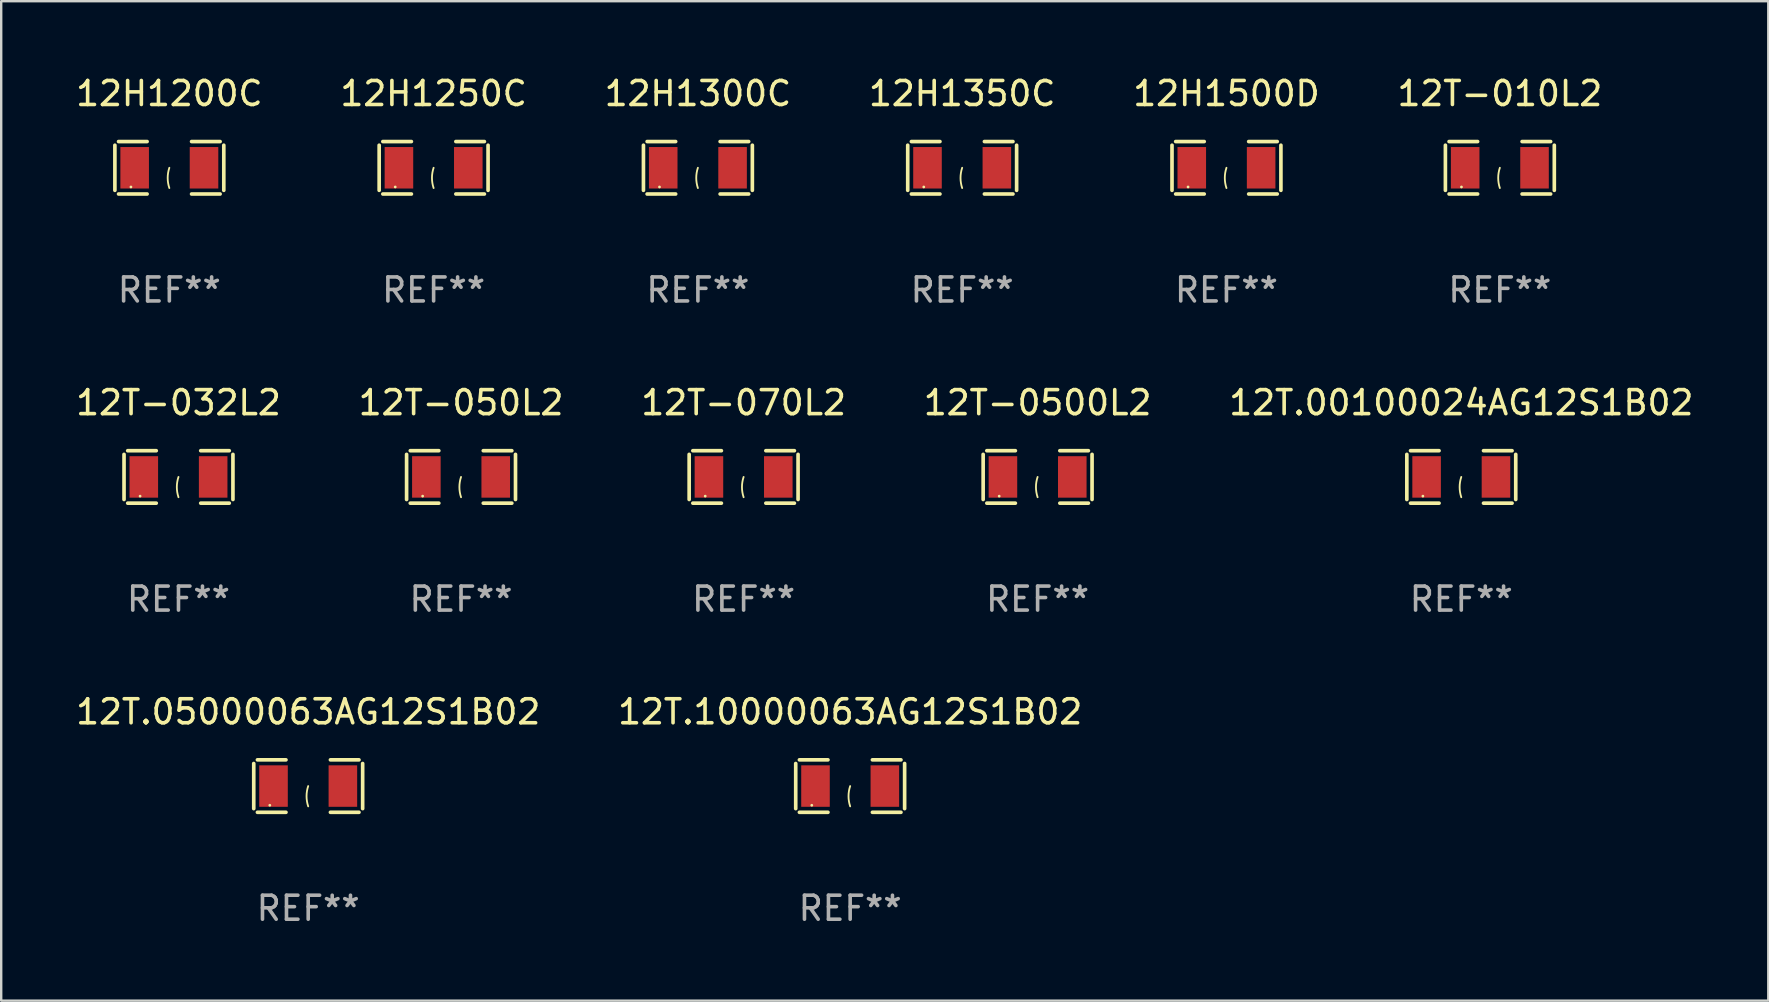
<source format=kicad_pcb>
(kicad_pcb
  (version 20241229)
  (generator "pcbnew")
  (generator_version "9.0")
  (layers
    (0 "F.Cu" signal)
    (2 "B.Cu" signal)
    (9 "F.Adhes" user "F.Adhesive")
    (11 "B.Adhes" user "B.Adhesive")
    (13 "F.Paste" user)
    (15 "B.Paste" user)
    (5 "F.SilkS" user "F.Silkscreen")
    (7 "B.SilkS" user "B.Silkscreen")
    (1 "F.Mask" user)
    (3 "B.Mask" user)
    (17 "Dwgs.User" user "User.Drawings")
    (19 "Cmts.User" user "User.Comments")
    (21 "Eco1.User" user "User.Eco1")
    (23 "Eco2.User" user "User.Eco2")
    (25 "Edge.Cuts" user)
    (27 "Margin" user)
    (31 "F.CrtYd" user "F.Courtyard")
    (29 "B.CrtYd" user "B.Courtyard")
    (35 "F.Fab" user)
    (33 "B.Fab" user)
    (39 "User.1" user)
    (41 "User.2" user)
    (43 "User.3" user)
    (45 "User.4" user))
  (footprint "12T.10000063AG12S1B02"
    (layer "F.Cu")
    (at 32.375 29.704)
    (property "Reference" "12T.10000063AG12S1B02" (at 0 -3.093 0) (layer "F.SilkS") (effects (font (size 1 1) (thickness 0.15))))
    (attr through_hole)
    (fp_line (start -2.269 -0.94) (end -2.269 0.94) (stroke (width 0.152) (type solid)) (layer "F.SilkS"))
    (fp_line (start -2.116 1.093) (end -0.926 1.093) (stroke (width 0.152) (type solid)) (layer "F.SilkS"))
    (fp_line (start -0.926 -1.093) (end -2.116 -1.093) (stroke (width 0.152) (type solid)) (layer "F.SilkS"))
    (fp_line (start 0.926 -1.093) (end 2.116 -1.093) (stroke (width 0.152) (type solid)) (layer "F.SilkS"))
    (fp_line (start 2.116 1.093) (end 0.926 1.093) (stroke (width 0.152) (type solid)) (layer "F.SilkS"))
    (fp_line (start 2.269 -0.94) (end 2.269 0.94) (stroke (width 0.152) (type solid)) (layer "F.SilkS"))
    (fp_arc (start 0 0.844951) (mid -0.068559 0.422475) (end 0 0) (stroke (width 0.0762) (type solid)) (layer "F.SilkS"))
    (fp_circle (center -1.6 0.8) (end -1.57 0.8) (stroke (width 0.06) (type solid)) (fill no) (layer "F.SilkS"))
    (fp_text user "REF**" (at 0 5.093 0) (layer "F.Fab") (effects (font (size 1 1) (thickness 0.15))))
    (pad "1" smd rect (at -1.445 0) (size 1.19 1.728) (layers "F.Cu" "F.Mask" "F.Paste"))
    (pad "2" smd rect (at 1.445 0) (size 1.19 1.728) (layers "F.Cu" "F.Mask" "F.Paste")))
  (footprint "12T-032L2"
    (layer "F.Cu")
    (at 4.387 16.823)
    (property "Reference" "12T-032L2" (at 0 -3.093 0) (layer "F.SilkS") (effects (font (size 1 1) (thickness 0.15))))
    (attr through_hole)
    (fp_line (start -2.269 -0.94) (end -2.269 0.94) (stroke (width 0.152) (type solid)) (layer "F.SilkS"))
    (fp_line (start -2.116 1.093) (end -0.926 1.093) (stroke (width 0.152) (type solid)) (layer "F.SilkS"))
    (fp_line (start -0.926 -1.093) (end -2.116 -1.093) (stroke (width 0.152) (type solid)) (layer "F.SilkS"))
    (fp_line (start 0.926 -1.093) (end 2.116 -1.093) (stroke (width 0.152) (type solid)) (layer "F.SilkS"))
    (fp_line (start 2.116 1.093) (end 0.926 1.093) (stroke (width 0.152) (type solid)) (layer "F.SilkS"))
    (fp_line (start 2.269 -0.94) (end 2.269 0.94) (stroke (width 0.152) (type solid)) (layer "F.SilkS"))
    (fp_arc (start 0 0.844951) (mid -0.068559 0.422475) (end 0 0) (stroke (width 0.0762) (type solid)) (layer "F.SilkS"))
    (fp_circle (center -1.6 0.8) (end -1.57 0.8) (stroke (width 0.06) (type solid)) (fill no) (layer "F.SilkS"))
    (fp_text user "REF**" (at 0 5.093 0) (layer "F.Fab") (effects (font (size 1 1) (thickness 0.15))))
    (pad "1" smd rect (at -1.445 0) (size 1.19 1.728) (layers "F.Cu" "F.Mask" "F.Paste"))
    (pad "2" smd rect (at 1.445 0) (size 1.19 1.728) (layers "F.Cu" "F.Mask" "F.Paste")))
  (footprint "12H1300C"
    (layer "F.Cu")
    (at 26.03 3.941)
    (property "Reference" "12H1300C" (at 0 -3.093 0) (layer "F.SilkS") (effects (font (size 1 1) (thickness 0.15))))
    (attr through_hole)
    (fp_line (start -2.269 -0.94) (end -2.269 0.94) (stroke (width 0.152) (type solid)) (layer "F.SilkS"))
    (fp_line (start -2.116 1.093) (end -0.926 1.093) (stroke (width 0.152) (type solid)) (layer "F.SilkS"))
    (fp_line (start -0.926 -1.093) (end -2.116 -1.093) (stroke (width 0.152) (type solid)) (layer "F.SilkS"))
    (fp_line (start 0.926 -1.093) (end 2.116 -1.093) (stroke (width 0.152) (type solid)) (layer "F.SilkS"))
    (fp_line (start 2.116 1.093) (end 0.926 1.093) (stroke (width 0.152) (type solid)) (layer "F.SilkS"))
    (fp_line (start 2.269 -0.94) (end 2.269 0.94) (stroke (width 0.152) (type solid)) (layer "F.SilkS"))
    (fp_arc (start 0 0.844951) (mid -0.068559 0.422475) (end 0 0) (stroke (width 0.0762) (type solid)) (layer "F.SilkS"))
    (fp_circle (center -1.6 0.8) (end -1.57 0.8) (stroke (width 0.06) (type solid)) (fill no) (layer "F.SilkS"))
    (fp_text user "REF**" (at 0 5.093 0) (layer "F.Fab") (effects (font (size 1 1) (thickness 0.15))))
    (pad "1" smd rect (at -1.445 0) (size 1.19 1.728) (layers "F.Cu" "F.Mask" "F.Paste"))
    (pad "2" smd rect (at 1.445 0) (size 1.19 1.728) (layers "F.Cu" "F.Mask" "F.Paste")))
  (footprint "12H1500D"
    (layer "F.Cu")
    (at 48.054 3.941)
    (property "Reference" "12H1500D" (at 0 -3.093 0) (layer "F.SilkS") (effects (font (size 1 1) (thickness 0.15))))
    (attr through_hole)
    (fp_line (start -2.269 -0.94) (end -2.269 0.94) (stroke (width 0.152) (type solid)) (layer "F.SilkS"))
    (fp_line (start -2.116 1.093) (end -0.926 1.093) (stroke (width 0.152) (type solid)) (layer "F.SilkS"))
    (fp_line (start -0.926 -1.093) (end -2.116 -1.093) (stroke (width 0.152) (type solid)) (layer "F.SilkS"))
    (fp_line (start 0.926 -1.093) (end 2.116 -1.093) (stroke (width 0.152) (type solid)) (layer "F.SilkS"))
    (fp_line (start 2.116 1.093) (end 0.926 1.093) (stroke (width 0.152) (type solid)) (layer "F.SilkS"))
    (fp_line (start 2.269 -0.94) (end 2.269 0.94) (stroke (width 0.152) (type solid)) (layer "F.SilkS"))
    (fp_arc (start 0 0.844951) (mid -0.068559 0.422475) (end 0 0) (stroke (width 0.0762) (type solid)) (layer "F.SilkS"))
    (fp_circle (center -1.6 0.8) (end -1.57 0.8) (stroke (width 0.06) (type solid)) (fill no) (layer "F.SilkS"))
    (fp_text user "REF**" (at 0 5.093 0) (layer "F.Fab") (effects (font (size 1 1) (thickness 0.15))))
    (pad "1" smd rect (at -1.445 0) (size 1.19 1.728) (layers "F.Cu" "F.Mask" "F.Paste"))
    (pad "2" smd rect (at 1.445 0) (size 1.19 1.728) (layers "F.Cu" "F.Mask" "F.Paste")))
  (footprint "12T.00100024AG12S1B02"
    (layer "F.Cu")
    (at 57.839 16.823)
    (property "Reference" "12T.00100024AG12S1B02" (at 0 -3.093 0) (layer "F.SilkS") (effects (font (size 1 1) (thickness 0.15))))
    (attr through_hole)
    (fp_line (start -2.269 -0.94) (end -2.269 0.94) (stroke (width 0.152) (type solid)) (layer "F.SilkS"))
    (fp_line (start -2.116 1.093) (end -0.926 1.093) (stroke (width 0.152) (type solid)) (layer "F.SilkS"))
    (fp_line (start -0.926 -1.093) (end -2.116 -1.093) (stroke (width 0.152) (type solid)) (layer "F.SilkS"))
    (fp_line (start 0.926 -1.093) (end 2.116 -1.093) (stroke (width 0.152) (type solid)) (layer "F.SilkS"))
    (fp_line (start 2.116 1.093) (end 0.926 1.093) (stroke (width 0.152) (type solid)) (layer "F.SilkS"))
    (fp_line (start 2.269 -0.94) (end 2.269 0.94) (stroke (width 0.152) (type solid)) (layer "F.SilkS"))
    (fp_arc (start 0 0.844951) (mid -0.068559 0.422475) (end 0 0) (stroke (width 0.0762) (type solid)) (layer "F.SilkS"))
    (fp_circle (center -1.6 0.8) (end -1.57 0.8) (stroke (width 0.06) (type solid)) (fill no) (layer "F.SilkS"))
    (fp_text user "REF**" (at 0 5.093 0) (layer "F.Fab") (effects (font (size 1 1) (thickness 0.15))))
    (pad "1" smd rect (at -1.445 0) (size 1.19 1.728) (layers "F.Cu" "F.Mask" "F.Paste"))
    (pad "2" smd rect (at 1.445 0) (size 1.19 1.728) (layers "F.Cu" "F.Mask" "F.Paste")))
  (footprint "12T.05000063AG12S1B02"
    (layer "F.Cu")
    (at 9.792 29.704)
    (property "Reference" "12T.05000063AG12S1B02" (at 0 -3.093 0) (layer "F.SilkS") (effects (font (size 1 1) (thickness 0.15))))
    (attr through_hole)
    (fp_line (start -2.269 -0.94) (end -2.269 0.94) (stroke (width 0.152) (type solid)) (layer "F.SilkS"))
    (fp_line (start -2.116 1.093) (end -0.926 1.093) (stroke (width 0.152) (type solid)) (layer "F.SilkS"))
    (fp_line (start -0.926 -1.093) (end -2.116 -1.093) (stroke (width 0.152) (type solid)) (layer "F.SilkS"))
    (fp_line (start 0.926 -1.093) (end 2.116 -1.093) (stroke (width 0.152) (type solid)) (layer "F.SilkS"))
    (fp_line (start 2.116 1.093) (end 0.926 1.093) (stroke (width 0.152) (type solid)) (layer "F.SilkS"))
    (fp_line (start 2.269 -0.94) (end 2.269 0.94) (stroke (width 0.152) (type solid)) (layer "F.SilkS"))
    (fp_arc (start 0 0.844951) (mid -0.068559 0.422475) (end 0 0) (stroke (width 0.0762) (type solid)) (layer "F.SilkS"))
    (fp_circle (center -1.6 0.8) (end -1.57 0.8) (stroke (width 0.06) (type solid)) (fill no) (layer "F.SilkS"))
    (fp_text user "REF**" (at 0 5.093 0) (layer "F.Fab") (effects (font (size 1 1) (thickness 0.15))))
    (pad "1" smd rect (at -1.445 0) (size 1.19 1.728) (layers "F.Cu" "F.Mask" "F.Paste"))
    (pad "2" smd rect (at 1.445 0) (size 1.19 1.728) (layers "F.Cu" "F.Mask" "F.Paste")))
  (footprint "12H1200C"
    (layer "F.Cu")
    (at 4.006 3.941)
    (property "Reference" "12H1200C" (at 0 -3.093 0) (layer "F.SilkS") (effects (font (size 1 1) (thickness 0.15))))
    (attr through_hole)
    (fp_line (start -2.269 -0.94) (end -2.269 0.94) (stroke (width 0.152) (type solid)) (layer "F.SilkS"))
    (fp_line (start -2.116 1.093) (end -0.926 1.093) (stroke (width 0.152) (type solid)) (layer "F.SilkS"))
    (fp_line (start -0.926 -1.093) (end -2.116 -1.093) (stroke (width 0.152) (type solid)) (layer "F.SilkS"))
    (fp_line (start 0.926 -1.093) (end 2.116 -1.093) (stroke (width 0.152) (type solid)) (layer "F.SilkS"))
    (fp_line (start 2.116 1.093) (end 0.926 1.093) (stroke (width 0.152) (type solid)) (layer "F.SilkS"))
    (fp_line (start 2.269 -0.94) (end 2.269 0.94) (stroke (width 0.152) (type solid)) (layer "F.SilkS"))
    (fp_arc (start 0 0.844951) (mid -0.068559 0.422475) (end 0 0) (stroke (width 0.0762) (type solid)) (layer "F.SilkS"))
    (fp_circle (center -1.6 0.8) (end -1.57 0.8) (stroke (width 0.06) (type solid)) (fill no) (layer "F.SilkS"))
    (fp_text user "REF**" (at 0 5.093 0) (layer "F.Fab") (effects (font (size 1 1) (thickness 0.15))))
    (pad "1" smd rect (at -1.445 0) (size 1.19 1.728) (layers "F.Cu" "F.Mask" "F.Paste"))
    (pad "2" smd rect (at 1.445 0) (size 1.19 1.728) (layers "F.Cu" "F.Mask" "F.Paste")))
  (footprint "12T-0500L2"
    (layer "F.Cu")
    (at 40.185 16.823)
    (property "Reference" "12T-0500L2" (at 0 -3.093 0) (layer "F.SilkS") (effects (font (size 1 1) (thickness 0.15))))
    (attr through_hole)
    (fp_line (start -2.269 -0.94) (end -2.269 0.94) (stroke (width 0.152) (type solid)) (layer "F.SilkS"))
    (fp_line (start -2.116 1.093) (end -0.926 1.093) (stroke (width 0.152) (type solid)) (layer "F.SilkS"))
    (fp_line (start -0.926 -1.093) (end -2.116 -1.093) (stroke (width 0.152) (type solid)) (layer "F.SilkS"))
    (fp_line (start 0.926 -1.093) (end 2.116 -1.093) (stroke (width 0.152) (type solid)) (layer "F.SilkS"))
    (fp_line (start 2.116 1.093) (end 0.926 1.093) (stroke (width 0.152) (type solid)) (layer "F.SilkS"))
    (fp_line (start 2.269 -0.94) (end 2.269 0.94) (stroke (width 0.152) (type solid)) (layer "F.SilkS"))
    (fp_arc (start 0 0.844951) (mid -0.068559 0.422475) (end 0 0) (stroke (width 0.0762) (type solid)) (layer "F.SilkS"))
    (fp_circle (center -1.6 0.8) (end -1.57 0.8) (stroke (width 0.06) (type solid)) (fill no) (layer "F.SilkS"))
    (fp_text user "REF**" (at 0 5.093 0) (layer "F.Fab") (effects (font (size 1 1) (thickness 0.15))))
    (pad "1" smd rect (at -1.445 0) (size 1.19 1.728) (layers "F.Cu" "F.Mask" "F.Paste"))
    (pad "2" smd rect (at 1.445 0) (size 1.19 1.728) (layers "F.Cu" "F.Mask" "F.Paste")))
  (footprint "12H1250C"
    (layer "F.Cu")
    (at 15.018 3.941)
    (property "Reference" "12H1250C" (at 0 -3.093 0) (layer "F.SilkS") (effects (font (size 1 1) (thickness 0.15))))
    (attr through_hole)
    (fp_line (start -2.269 -0.94) (end -2.269 0.94) (stroke (width 0.152) (type solid)) (layer "F.SilkS"))
    (fp_line (start -2.116 1.093) (end -0.926 1.093) (stroke (width 0.152) (type solid)) (layer "F.SilkS"))
    (fp_line (start -0.926 -1.093) (end -2.116 -1.093) (stroke (width 0.152) (type solid)) (layer "F.SilkS"))
    (fp_line (start 0.926 -1.093) (end 2.116 -1.093) (stroke (width 0.152) (type solid)) (layer "F.SilkS"))
    (fp_line (start 2.116 1.093) (end 0.926 1.093) (stroke (width 0.152) (type solid)) (layer "F.SilkS"))
    (fp_line (start 2.269 -0.94) (end 2.269 0.94) (stroke (width 0.152) (type solid)) (layer "F.SilkS"))
    (fp_arc (start 0 0.844951) (mid -0.068559 0.422475) (end 0 0) (stroke (width 0.0762) (type solid)) (layer "F.SilkS"))
    (fp_circle (center -1.6 0.8) (end -1.57 0.8) (stroke (width 0.06) (type solid)) (fill no) (layer "F.SilkS"))
    (fp_text user "REF**" (at 0 5.093 0) (layer "F.Fab") (effects (font (size 1 1) (thickness 0.15))))
    (pad "1" smd rect (at -1.445 0) (size 1.19 1.728) (layers "F.Cu" "F.Mask" "F.Paste"))
    (pad "2" smd rect (at 1.445 0) (size 1.19 1.728) (layers "F.Cu" "F.Mask" "F.Paste")))
  (footprint "12T-070L2"
    (layer "F.Cu")
    (at 27.935 16.823)
    (property "Reference" "12T-070L2" (at 0 -3.093 0) (layer "F.SilkS") (effects (font (size 1 1) (thickness 0.15))))
    (attr through_hole)
    (fp_line (start -2.269 -0.94) (end -2.269 0.94) (stroke (width 0.152) (type solid)) (layer "F.SilkS"))
    (fp_line (start -2.116 1.093) (end -0.926 1.093) (stroke (width 0.152) (type solid)) (layer "F.SilkS"))
    (fp_line (start -0.926 -1.093) (end -2.116 -1.093) (stroke (width 0.152) (type solid)) (layer "F.SilkS"))
    (fp_line (start 0.926 -1.093) (end 2.116 -1.093) (stroke (width 0.152) (type solid)) (layer "F.SilkS"))
    (fp_line (start 2.116 1.093) (end 0.926 1.093) (stroke (width 0.152) (type solid)) (layer "F.SilkS"))
    (fp_line (start 2.269 -0.94) (end 2.269 0.94) (stroke (width 0.152) (type solid)) (layer "F.SilkS"))
    (fp_arc (start 0 0.844951) (mid -0.068559 0.422475) (end 0 0) (stroke (width 0.0762) (type solid)) (layer "F.SilkS"))
    (fp_circle (center -1.6 0.8) (end -1.57 0.8) (stroke (width 0.06) (type solid)) (fill no) (layer "F.SilkS"))
    (fp_text user "REF**" (at 0 5.093 0) (layer "F.Fab") (effects (font (size 1 1) (thickness 0.15))))
    (pad "1" smd rect (at -1.445 0) (size 1.19 1.728) (layers "F.Cu" "F.Mask" "F.Paste"))
    (pad "2" smd rect (at 1.445 0) (size 1.19 1.728) (layers "F.Cu" "F.Mask" "F.Paste")))
  (footprint "12T-010L2"
    (layer "F.Cu")
    (at 59.446 3.941)
    (property "Reference" "12T-010L2" (at 0 -3.093 0) (layer "F.SilkS") (effects (font (size 1 1) (thickness 0.15))))
    (attr through_hole)
    (fp_line (start -2.269 -0.94) (end -2.269 0.94) (stroke (width 0.152) (type solid)) (layer "F.SilkS"))
    (fp_line (start -2.116 1.093) (end -0.926 1.093) (stroke (width 0.152) (type solid)) (layer "F.SilkS"))
    (fp_line (start -0.926 -1.093) (end -2.116 -1.093) (stroke (width 0.152) (type solid)) (layer "F.SilkS"))
    (fp_line (start 0.926 -1.093) (end 2.116 -1.093) (stroke (width 0.152) (type solid)) (layer "F.SilkS"))
    (fp_line (start 2.116 1.093) (end 0.926 1.093) (stroke (width 0.152) (type solid)) (layer "F.SilkS"))
    (fp_line (start 2.269 -0.94) (end 2.269 0.94) (stroke (width 0.152) (type solid)) (layer "F.SilkS"))
    (fp_arc (start 0 0.844951) (mid -0.068559 0.422475) (end 0 0) (stroke (width 0.0762) (type solid)) (layer "F.SilkS"))
    (fp_circle (center -1.6 0.8) (end -1.57 0.8) (stroke (width 0.06) (type solid)) (fill no) (layer "F.SilkS"))
    (fp_text user "REF**" (at 0 5.093 0) (layer "F.Fab") (effects (font (size 1 1) (thickness 0.15))))
    (pad "1" smd rect (at -1.445 0) (size 1.19 1.728) (layers "F.Cu" "F.Mask" "F.Paste"))
    (pad "2" smd rect (at 1.445 0) (size 1.19 1.728) (layers "F.Cu" "F.Mask" "F.Paste")))
  (footprint "12T-050L2"
    (layer "F.Cu")
    (at 16.161 16.823)
    (property "Reference" "12T-050L2" (at 0 -3.093 0) (layer "F.SilkS") (effects (font (size 1 1) (thickness 0.15))))
    (attr through_hole)
    (fp_line (start -2.269 -0.94) (end -2.269 0.94) (stroke (width 0.152) (type solid)) (layer "F.SilkS"))
    (fp_line (start -2.116 1.093) (end -0.926 1.093) (stroke (width 0.152) (type solid)) (layer "F.SilkS"))
    (fp_line (start -0.926 -1.093) (end -2.116 -1.093) (stroke (width 0.152) (type solid)) (layer "F.SilkS"))
    (fp_line (start 0.926 -1.093) (end 2.116 -1.093) (stroke (width 0.152) (type solid)) (layer "F.SilkS"))
    (fp_line (start 2.116 1.093) (end 0.926 1.093) (stroke (width 0.152) (type solid)) (layer "F.SilkS"))
    (fp_line (start 2.269 -0.94) (end 2.269 0.94) (stroke (width 0.152) (type solid)) (layer "F.SilkS"))
    (fp_arc (start 0 0.844951) (mid -0.068559 0.422475) (end 0 0) (stroke (width 0.0762) (type solid)) (layer "F.SilkS"))
    (fp_circle (center -1.6 0.8) (end -1.57 0.8) (stroke (width 0.06) (type solid)) (fill no) (layer "F.SilkS"))
    (fp_text user "REF**" (at 0 5.093 0) (layer "F.Fab") (effects (font (size 1 1) (thickness 0.15))))
    (pad "1" smd rect (at -1.445 0) (size 1.19 1.728) (layers "F.Cu" "F.Mask" "F.Paste"))
    (pad "2" smd rect (at 1.445 0) (size 1.19 1.728) (layers "F.Cu" "F.Mask" "F.Paste")))
  (footprint "12H1350C"
    (layer "F.Cu")
    (at 37.042 3.941)
    (property "Reference" "12H1350C" (at 0 -3.093 0) (layer "F.SilkS") (effects (font (size 1 1) (thickness 0.15))))
    (attr through_hole)
    (fp_line (start -2.269 -0.94) (end -2.269 0.94) (stroke (width 0.152) (type solid)) (layer "F.SilkS"))
    (fp_line (start -2.116 1.093) (end -0.926 1.093) (stroke (width 0.152) (type solid)) (layer "F.SilkS"))
    (fp_line (start -0.926 -1.093) (end -2.116 -1.093) (stroke (width 0.152) (type solid)) (layer "F.SilkS"))
    (fp_line (start 0.926 -1.093) (end 2.116 -1.093) (stroke (width 0.152) (type solid)) (layer "F.SilkS"))
    (fp_line (start 2.116 1.093) (end 0.926 1.093) (stroke (width 0.152) (type solid)) (layer "F.SilkS"))
    (fp_line (start 2.269 -0.94) (end 2.269 0.94) (stroke (width 0.152) (type solid)) (layer "F.SilkS"))
    (fp_arc (start 0 0.844951) (mid -0.068559 0.422475) (end 0 0) (stroke (width 0.0762) (type solid)) (layer "F.SilkS"))
    (fp_circle (center -1.6 0.8) (end -1.57 0.8) (stroke (width 0.06) (type solid)) (fill no) (layer "F.SilkS"))
    (fp_text user "REF**" (at 0 5.093 0) (layer "F.Fab") (effects (font (size 1 1) (thickness 0.15))))
    (pad "1" smd rect (at -1.445 0) (size 1.19 1.728) (layers "F.Cu" "F.Mask" "F.Paste"))
    (pad "2" smd rect (at 1.445 0) (size 1.19 1.728) (layers "F.Cu" "F.Mask" "F.Paste")))
  (gr_rect
    (start -3 -3)
    (end 70.631 38.645)
    (stroke (width 0.1) (type default))
    (fill no)
    (layer "Edge.Cuts")))
</source>
